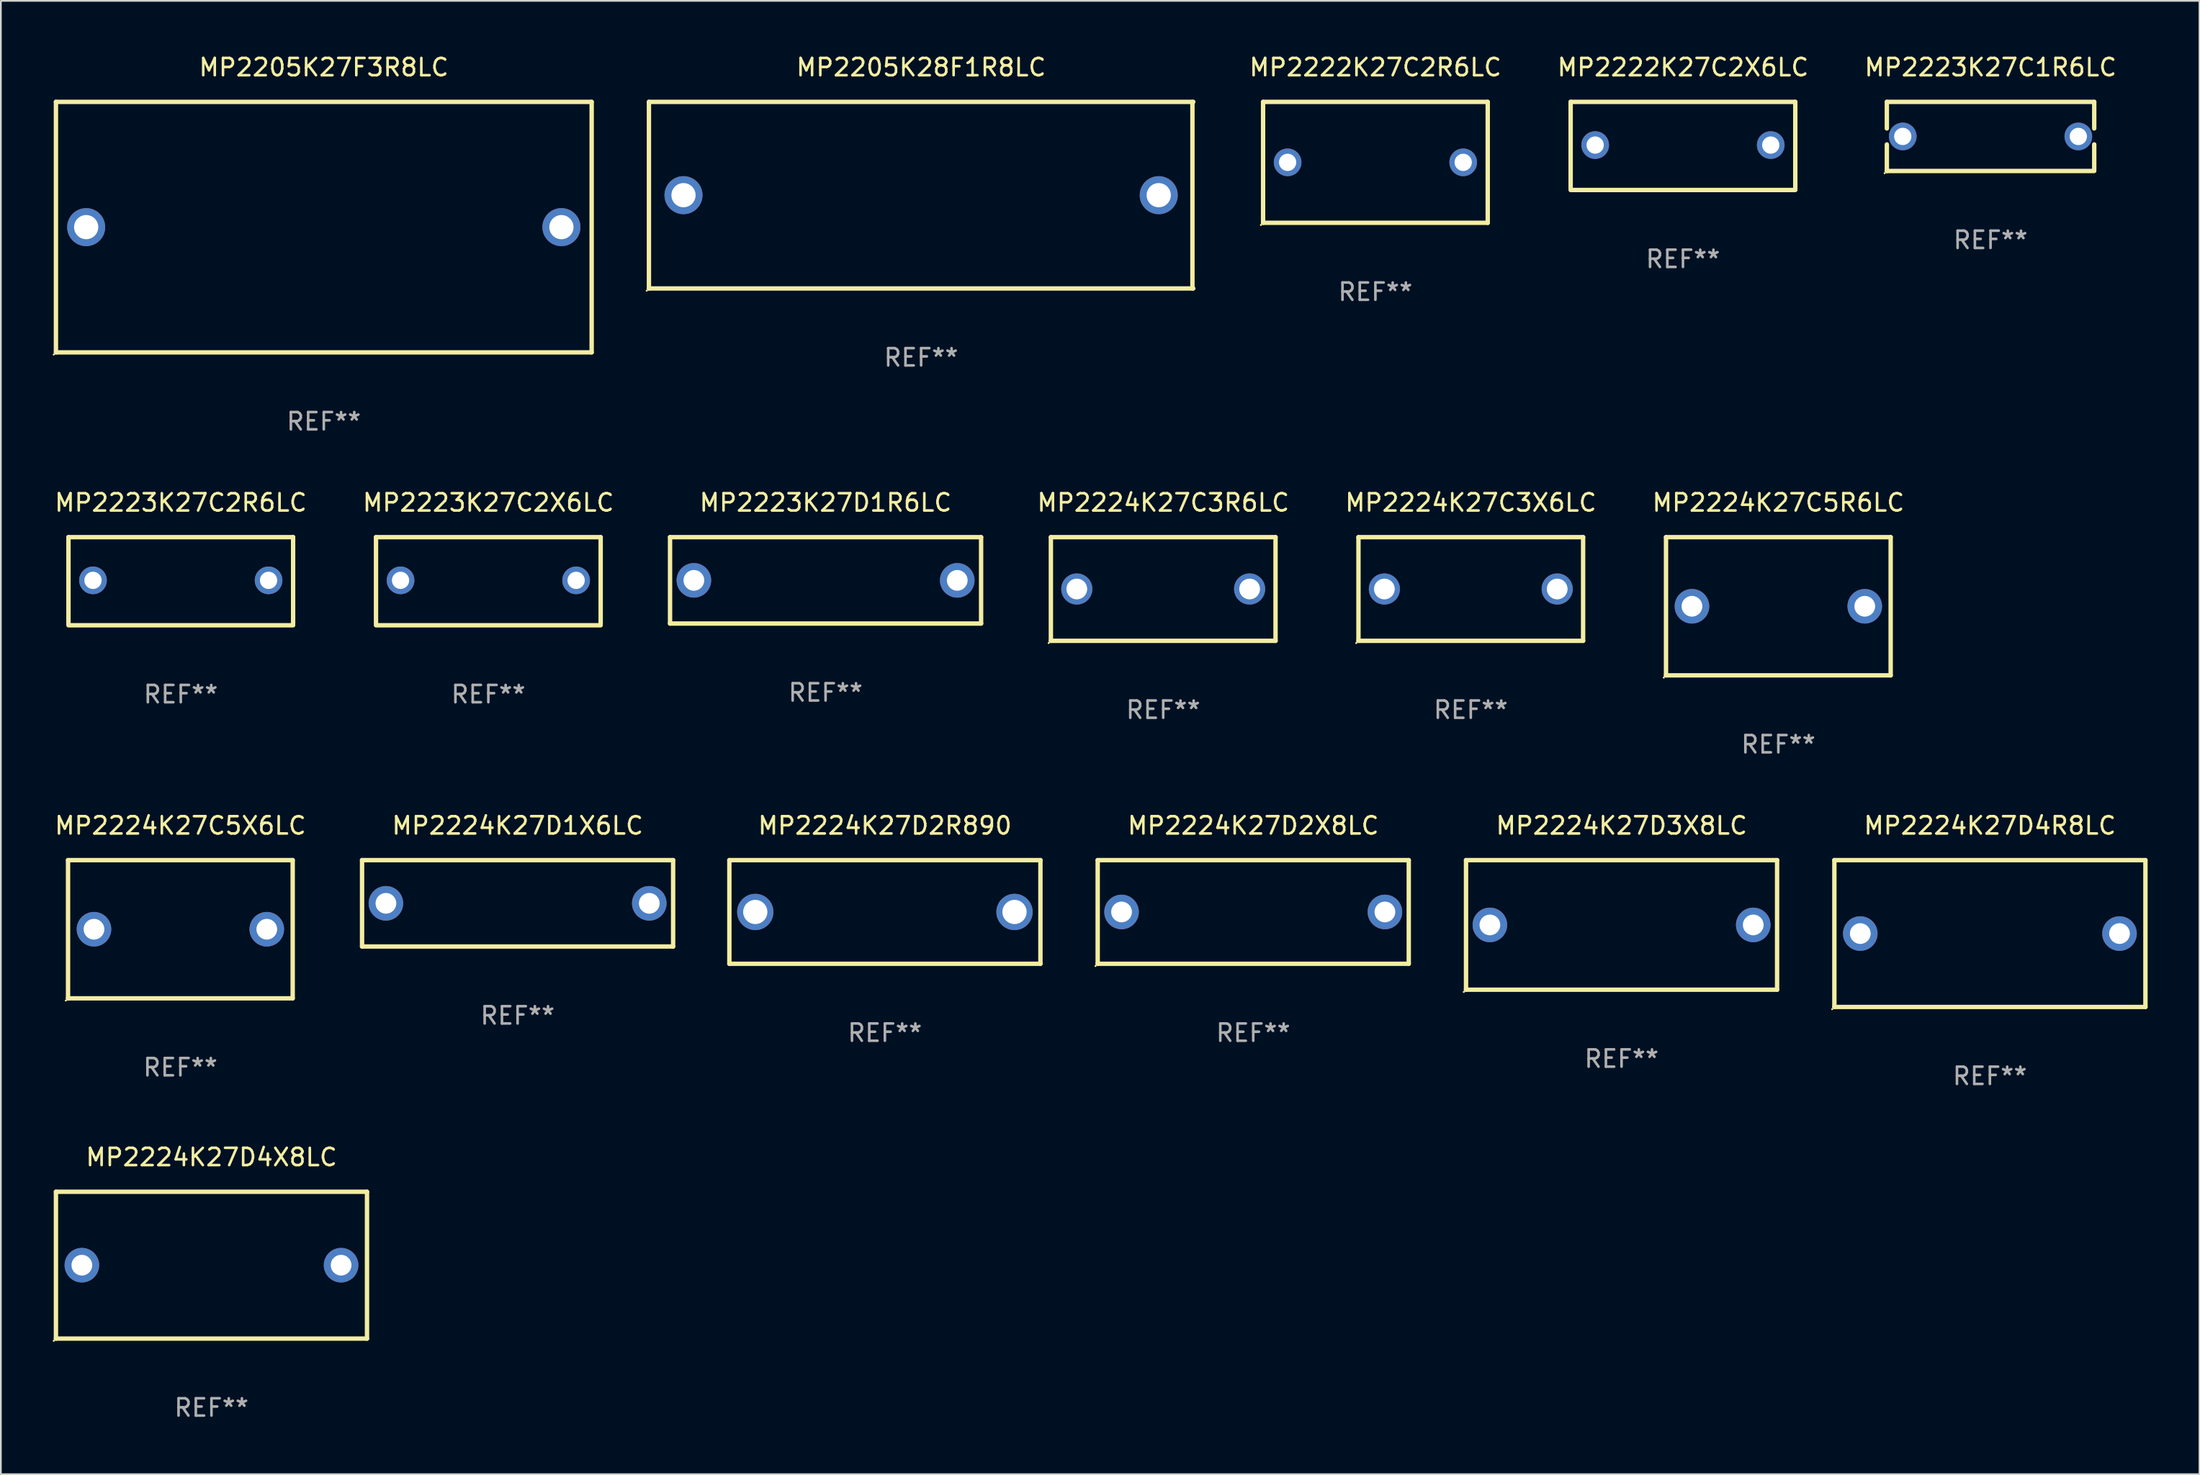
<source format=kicad_pcb>
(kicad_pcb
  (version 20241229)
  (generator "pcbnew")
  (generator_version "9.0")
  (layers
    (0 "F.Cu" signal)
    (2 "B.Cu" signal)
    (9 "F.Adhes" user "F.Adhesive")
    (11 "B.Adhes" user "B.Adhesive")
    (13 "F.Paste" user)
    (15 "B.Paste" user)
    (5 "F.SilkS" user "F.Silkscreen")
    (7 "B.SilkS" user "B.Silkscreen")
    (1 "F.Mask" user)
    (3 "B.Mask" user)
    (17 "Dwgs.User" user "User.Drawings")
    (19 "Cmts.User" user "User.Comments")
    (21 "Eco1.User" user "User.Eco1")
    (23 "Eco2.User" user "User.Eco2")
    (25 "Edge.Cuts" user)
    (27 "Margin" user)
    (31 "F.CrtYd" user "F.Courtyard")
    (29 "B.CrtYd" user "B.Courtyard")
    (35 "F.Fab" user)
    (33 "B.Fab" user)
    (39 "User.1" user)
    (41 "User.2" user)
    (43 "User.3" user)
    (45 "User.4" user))
  (footprint "MP2205K27F3R8LC"
    (layer "F.Cu")
    (at 15.687 10.098)
    (property "Reference" "MP2205K27F3R8LC" (at 0 -9.25 0) (layer "F.SilkS") (effects (font (size 1 1) (thickness 0.15))))
    (attr through_hole)
    (fp_line (start -15.5 -7.25) (end 15.5 -7.25) (stroke (width 0.254) (type solid)) (layer "F.SilkS"))
    (fp_line (start -15.5 7.25) (end -15.5 -7.25) (stroke (width 0.254) (type solid)) (layer "F.SilkS"))
    (fp_line (start 15.5 -7.25) (end 15.5 7.25) (stroke (width 0.254) (type solid)) (layer "F.SilkS"))
    (fp_line (start 15.5 7.25) (end -15.5 7.25) (stroke (width 0.254) (type solid)) (layer "F.SilkS"))
    (fp_circle (center -15.627 7.377) (end -15.597 7.377) (stroke (width 0.06) (type solid)) (fill no) (layer "F.SilkS"))
    (fp_text user "REF**" (at 0 11.25 0) (layer "F.Fab") (effects (font (size 1 1) (thickness 0.15))))
    (pad "1" thru_hole circle (at -13.75 -0.000013) (size 2.2 2.2) (drill 1.4) (layers "*.Cu" "*.Mask"))
    (pad "2" thru_hole circle (at 13.75 -0.000013) (size 2.2 2.2) (drill 1.4) (layers "*.Cu" "*.Mask")))
  (footprint "MP2223K27C2R6LC"
    (layer "F.Cu")
    (at 7.411 30.595)
    (property "Reference" "MP2223K27C2R6LC" (at 0 -4.55 0) (layer "F.SilkS") (effects (font (size 1 1) (thickness 0.15))))
    (attr through_hole)
    (fp_line (start -6.5 -2.55) (end 6.5 -2.55) (stroke (width 0.254) (type solid)) (layer "F.SilkS"))
    (fp_line (start -6.5 2.45) (end -6.5 -2.55) (stroke (width 0.254) (type solid)) (layer "F.SilkS"))
    (fp_line (start 6.5 -2.55) (end 6.5 2.45) (stroke (width 0.254) (type solid)) (layer "F.SilkS"))
    (fp_line (start 6.5 2.55) (end -6.5 2.55) (stroke (width 0.254) (type solid)) (layer "F.SilkS"))
    (fp_circle (center -6.5 2.45) (end -6.47 2.45) (stroke (width 0.06) (type solid)) (fill no) (layer "F.SilkS"))
    (fp_text user "REF**" (at 0 6.55 0) (layer "F.Fab") (effects (font (size 1 1) (thickness 0.15))))
    (pad "1" thru_hole circle (at -5.08 -0.05) (size 1.6 1.6) (drill 1) (layers "*.Cu" "*.Mask"))
    (pad "2" thru_hole circle (at 5.08 -0.05) (size 1.6 1.6) (drill 1) (layers "*.Cu" "*.Mask")))
  (footprint "MP2224K27D3X8LC"
    (layer "F.Cu")
    (at 90.783 50.491)
    (property "Reference" "MP2224K27D3X8LC" (at 0 -5.75 0) (layer "F.SilkS") (effects (font (size 1 1) (thickness 0.15))))
    (attr through_hole)
    (fp_line (start -9 -3.75) (end 9 -3.75) (stroke (width 0.254) (type solid)) (layer "F.SilkS"))
    (fp_line (start -9 3.75) (end -9 -3.75) (stroke (width 0.254) (type solid)) (layer "F.SilkS"))
    (fp_line (start 9 -3.75) (end 9 3.75) (stroke (width 0.254) (type solid)) (layer "F.SilkS"))
    (fp_line (start 9 3.75) (end -9 3.75) (stroke (width 0.254) (type solid)) (layer "F.SilkS"))
    (fp_circle (center -9.127 3.877) (end -9.097 3.877) (stroke (width 0.06) (type solid)) (fill no) (layer "F.SilkS"))
    (fp_text user "REF**" (at 0 7.75 0) (layer "F.Fab") (effects (font (size 1 1) (thickness 0.15))))
    (pad "1" thru_hole circle (at -7.62 0) (size 2 2) (drill 1.2) (layers "*.Cu" "*.Mask"))
    (pad "2" thru_hole circle (at 7.62 0) (size 2 2) (drill 1.2) (layers "*.Cu" "*.Mask")))
  (footprint "MP2223K27D1R6LC"
    (layer "F.Cu")
    (at 44.722 30.545)
    (property "Reference" "MP2223K27D1R6LC" (at 0 -4.5 0) (layer "F.SilkS") (effects (font (size 1 1) (thickness 0.15))))
    (attr through_hole)
    (fp_line (start -9 -2.5) (end 9 -2.5) (stroke (width 0.254) (type solid)) (layer "F.SilkS"))
    (fp_line (start -9 2.5) (end -9 -2.5) (stroke (width 0.254) (type solid)) (layer "F.SilkS"))
    (fp_line (start 9 -2.5) (end 9 2.5) (stroke (width 0.254) (type solid)) (layer "F.SilkS"))
    (fp_line (start 9 2.5) (end -9 2.5) (stroke (width 0.254) (type solid)) (layer "F.SilkS"))
    (fp_circle (center -9 2.5) (end -8.97 2.5) (stroke (width 0.06) (type solid)) (fill no) (layer "F.SilkS"))
    (fp_text user "REF**" (at 0 6.5 0) (layer "F.Fab") (effects (font (size 1 1) (thickness 0.15))))
    (pad "1" thru_hole circle (at -7.62 -0.000127) (size 2 2) (drill 1.2) (layers "*.Cu" "*.Mask"))
    (pad "2" thru_hole circle (at 7.62 -0.000127) (size 2 2) (drill 1.2) (layers "*.Cu" "*.Mask")))
  (footprint "MP2224K27D2R890"
    (layer "F.Cu")
    (at 48.155 49.741)
    (property "Reference" "MP2224K27D2R890" (at 0 -5 0) (layer "F.SilkS") (effects (font (size 1 1) (thickness 0.15))))
    (attr through_hole)
    (fp_line (start -9 -3) (end 9 -3) (stroke (width 0.254) (type solid)) (layer "F.SilkS"))
    (fp_line (start -9 3) (end -9 -3) (stroke (width 0.254) (type solid)) (layer "F.SilkS"))
    (fp_line (start 9 -3) (end 9 3) (stroke (width 0.254) (type solid)) (layer "F.SilkS"))
    (fp_line (start 9 3) (end -9 3) (stroke (width 0.254) (type solid)) (layer "F.SilkS"))
    (fp_circle (center -9 3) (end -8.97 3) (stroke (width 0.06) (type solid)) (fill no) (layer "F.SilkS"))
    (fp_text user "REF**" (at 0 7 0) (layer "F.Fab") (effects (font (size 1 1) (thickness 0.15))))
    (pad "1" thru_hole circle (at -7.5 0) (size 2.1 2.1) (drill 1.4) (layers "*.Cu" "*.Mask"))
    (pad "2" thru_hole circle (at 7.5 0) (size 2.1 2.1) (drill 1.4) (layers "*.Cu" "*.Mask")))
  (footprint "MP2222K27C2X6LC"
    (layer "F.Cu")
    (at 94.336 5.398)
    (property "Reference" "MP2222K27C2X6LC" (at 0 -4.55 0) (layer "F.SilkS") (effects (font (size 1 1) (thickness 0.15))))
    (attr through_hole)
    (fp_line (start -6.5 -2.55) (end 6.5 -2.55) (stroke (width 0.254) (type solid)) (layer "F.SilkS"))
    (fp_line (start -6.5 2.45) (end -6.5 -2.55) (stroke (width 0.254) (type solid)) (layer "F.SilkS"))
    (fp_line (start 6.5 -2.55) (end 6.5 2.45) (stroke (width 0.254) (type solid)) (layer "F.SilkS"))
    (fp_line (start 6.5 2.55) (end -6.5 2.55) (stroke (width 0.254) (type solid)) (layer "F.SilkS"))
    (fp_circle (center -6.5 2.45) (end -6.47 2.45) (stroke (width 0.06) (type solid)) (fill no) (layer "F.SilkS"))
    (fp_text user "REF**" (at 0 6.55 0) (layer "F.Fab") (effects (font (size 1 1) (thickness 0.15))))
    (pad "1" thru_hole circle (at -5.08 -0.05) (size 1.6 1.6) (drill 1) (layers "*.Cu" "*.Mask"))
    (pad "2" thru_hole circle (at 5.08 -0.05) (size 1.6 1.6) (drill 1) (layers "*.Cu" "*.Mask")))
  (footprint "MP2224K27D1X6LC"
    (layer "F.Cu")
    (at 26.901 49.241)
    (property "Reference" "MP2224K27D1X6LC" (at 0 -4.5 0) (layer "F.SilkS") (effects (font (size 1 1) (thickness 0.15))))
    (attr through_hole)
    (fp_line (start -9 -2.5) (end 9 -2.5) (stroke (width 0.254) (type solid)) (layer "F.SilkS"))
    (fp_line (start -9 2.5) (end -9 -2.5) (stroke (width 0.254) (type solid)) (layer "F.SilkS"))
    (fp_line (start 9 -2.5) (end 9 2.5) (stroke (width 0.254) (type solid)) (layer "F.SilkS"))
    (fp_line (start 9 2.5) (end -9 2.5) (stroke (width 0.254) (type solid)) (layer "F.SilkS"))
    (fp_circle (center -9 2.5) (end -8.97 2.5) (stroke (width 0.06) (type solid)) (fill no) (layer "F.SilkS"))
    (fp_text user "REF**" (at 0 6.5 0) (layer "F.Fab") (effects (font (size 1 1) (thickness 0.15))))
    (pad "1" thru_hole circle (at -7.62 -0.000127) (size 2 2) (drill 1.2) (layers "*.Cu" "*.Mask"))
    (pad "2" thru_hole circle (at 7.62 -0.000127) (size 2 2) (drill 1.2) (layers "*.Cu" "*.Mask")))
  (footprint "MP2224K27D4R8LC"
    (layer "F.Cu")
    (at 112.097 50.991)
    (property "Reference" "MP2224K27D4R8LC" (at 0 -6.25 0) (layer "F.SilkS") (effects (font (size 1 1) (thickness 0.15))))
    (attr through_hole)
    (fp_line (start -9 -4.25) (end -9 4.25) (stroke (width 0.254) (type solid)) (layer "F.SilkS"))
    (fp_line (start -9 -4.25) (end 9 -4.25) (stroke (width 0.254) (type solid)) (layer "F.SilkS"))
    (fp_line (start 9 4.25) (end -9 4.25) (stroke (width 0.254) (type solid)) (layer "F.SilkS"))
    (fp_line (start 9 4.25) (end 9 -4.25) (stroke (width 0.254) (type solid)) (layer "F.SilkS"))
    (fp_circle (center -9.127 4.377) (end -9.097 4.377) (stroke (width 0.06) (type solid)) (fill no) (layer "F.SilkS"))
    (fp_text user "REF**" (at 0 8.25 0) (layer "F.Fab") (effects (font (size 1 1) (thickness 0.15))))
    (pad "1" thru_hole circle (at -7.5 0) (size 2 2) (drill 1.2) (layers "*.Cu" "*.Mask"))
    (pad "2" thru_hole circle (at 7.5 0) (size 2 2) (drill 1.2) (layers "*.Cu" "*.Mask")))
  (footprint "MP2224K27D2X8LC"
    (layer "F.Cu")
    (at 69.469 49.741)
    (property "Reference" "MP2224K27D2X8LC" (at 0 -5 0) (layer "F.SilkS") (effects (font (size 1 1) (thickness 0.15))))
    (attr through_hole)
    (fp_line (start -9 -3) (end 9 -3) (stroke (width 0.254) (type solid)) (layer "F.SilkS"))
    (fp_line (start -9 3) (end -9 -3) (stroke (width 0.254) (type solid)) (layer "F.SilkS"))
    (fp_line (start 9 -3) (end 9 3) (stroke (width 0.254) (type solid)) (layer "F.SilkS"))
    (fp_line (start 9 3) (end -9 3) (stroke (width 0.254) (type solid)) (layer "F.SilkS"))
    (fp_circle (center -9.127 3.127) (end -9.097 3.127) (stroke (width 0.06) (type solid)) (fill no) (layer "F.SilkS"))
    (fp_text user "REF**" (at 0 7 0) (layer "F.Fab") (effects (font (size 1 1) (thickness 0.15))))
    (pad "1" thru_hole circle (at -7.62 0) (size 2 2) (drill 1.2) (layers "*.Cu" "*.Mask"))
    (pad "2" thru_hole circle (at 7.62 0) (size 2 2) (drill 1.2) (layers "*.Cu" "*.Mask")))
  (footprint "MP2222K27C2R6LC"
    (layer "F.Cu")
    (at 76.539 6.348)
    (property "Reference" "MP2222K27C2R6LC" (at 0 -5.5 0) (layer "F.SilkS") (effects (font (size 1 1) (thickness 0.15))))
    (attr through_hole)
    (fp_line (start -6.5 -3.5) (end 6.5 -3.5) (stroke (width 0.254) (type solid)) (layer "F.SilkS"))
    (fp_line (start -6.5 3.5) (end -6.5 -3.5) (stroke (width 0.254) (type solid)) (layer "F.SilkS"))
    (fp_line (start 6.5 -3.5) (end 6.5 3.5) (stroke (width 0.254) (type solid)) (layer "F.SilkS"))
    (fp_line (start 6.5 3.5) (end -6.5 3.5) (stroke (width 0.254) (type solid)) (layer "F.SilkS"))
    (fp_circle (center -6.627 3.627) (end -6.597 3.627) (stroke (width 0.06) (type solid)) (fill no) (layer "F.SilkS"))
    (fp_text user "REF**" (at 0 7.5 0) (layer "F.Fab") (effects (font (size 1 1) (thickness 0.15))))
    (pad "1" thru_hole circle (at -5.08 -0.000127) (size 1.6 1.6) (drill 1) (layers "*.Cu" "*.Mask"))
    (pad "2" thru_hole circle (at 5.08 -0.000127) (size 1.6 1.6) (drill 1) (layers "*.Cu" "*.Mask")))
  (footprint "MP2224K27C5R6LC"
    (layer "F.Cu")
    (at 99.855 32.045)
    (property "Reference" "MP2224K27C5R6LC" (at 0 -6 0) (layer "F.SilkS") (effects (font (size 1 1) (thickness 0.15))))
    (attr through_hole)
    (fp_line (start -6.5 -4) (end -6.5 4) (stroke (width 0.254) (type solid)) (layer "F.SilkS"))
    (fp_line (start -6.5 -4) (end 6.5 -4) (stroke (width 0.254) (type solid)) (layer "F.SilkS"))
    (fp_line (start 6.5 4) (end -6.5 4) (stroke (width 0.254) (type solid)) (layer "F.SilkS"))
    (fp_line (start 6.5 4) (end 6.5 -4) (stroke (width 0.254) (type solid)) (layer "F.SilkS"))
    (fp_circle (center -6.627 4.127) (end -6.597 4.127) (stroke (width 0.06) (type solid)) (fill no) (layer "F.SilkS"))
    (fp_text user "REF**" (at 0 8 0) (layer "F.Fab") (effects (font (size 1 1) (thickness 0.15))))
    (pad "1" thru_hole circle (at -4.999 0) (size 2 2) (drill 1.2) (layers "*.Cu" "*.Mask"))
    (pad "2" thru_hole circle (at 5.001 0) (size 2 2) (drill 1.2) (layers "*.Cu" "*.Mask")))
  (footprint "MP2224K27D4X8LC"
    (layer "F.Cu")
    (at 9.187 70.188)
    (property "Reference" "MP2224K27D4X8LC" (at 0 -6.25 0) (layer "F.SilkS") (effects (font (size 1 1) (thickness 0.15))))
    (attr through_hole)
    (fp_line (start -9 -4.25) (end -9 4.25) (stroke (width 0.254) (type solid)) (layer "F.SilkS"))
    (fp_line (start -9 -4.25) (end 9 -4.25) (stroke (width 0.254) (type solid)) (layer "F.SilkS"))
    (fp_line (start 9 4.25) (end -9 4.25) (stroke (width 0.254) (type solid)) (layer "F.SilkS"))
    (fp_line (start 9 4.25) (end 9 -4.25) (stroke (width 0.254) (type solid)) (layer "F.SilkS"))
    (fp_circle (center -9.127 4.377) (end -9.097 4.377) (stroke (width 0.06) (type solid)) (fill no) (layer "F.SilkS"))
    (fp_text user "REF**" (at 0 8.25 0) (layer "F.Fab") (effects (font (size 1 1) (thickness 0.15))))
    (pad "1" thru_hole circle (at -7.5 0) (size 2 2) (drill 1.2) (layers "*.Cu" "*.Mask"))
    (pad "2" thru_hole circle (at 7.5 0) (size 2 2) (drill 1.2) (layers "*.Cu" "*.Mask")))
  (footprint "MP2224K27C3R6LC"
    (layer "F.Cu")
    (at 64.26 31.045)
    (property "Reference" "MP2224K27C3R6LC" (at 0 -5 0) (layer "F.SilkS") (effects (font (size 1 1) (thickness 0.15))))
    (attr through_hole)
    (fp_line (start -6.5 -3) (end 6.5 -3) (stroke (width 0.254) (type solid)) (layer "F.SilkS"))
    (fp_line (start -6.5 3) (end -6.5 -3) (stroke (width 0.254) (type solid)) (layer "F.SilkS"))
    (fp_line (start -6.5 3) (end 6.5 3) (stroke (width 0.254) (type solid)) (layer "F.SilkS"))
    (fp_line (start 6.5 -3) (end 6.5 3) (stroke (width 0.254) (type solid)) (layer "F.SilkS"))
    (fp_circle (center -6.627 3.127) (end -6.597 3.127) (stroke (width 0.06) (type solid)) (fill no) (layer "F.SilkS"))
    (fp_text user "REF**" (at 0 7 0) (layer "F.Fab") (effects (font (size 1 1) (thickness 0.15))))
    (pad "1" thru_hole circle (at -5 0) (size 1.8 1.8) (drill 1.2) (layers "*.Cu" "*.Mask"))
    (pad "2" thru_hole circle (at 5 0) (size 1.8 1.8) (drill 1.2) (layers "*.Cu" "*.Mask")))
  (footprint "MP2224K27C5X6LC"
    (layer "F.Cu")
    (at 7.387 50.741)
    (property "Reference" "MP2224K27C5X6LC" (at 0 -6 0) (layer "F.SilkS") (effects (font (size 1 1) (thickness 0.15))))
    (attr through_hole)
    (fp_line (start -6.5 -4) (end -6.5 4) (stroke (width 0.254) (type solid)) (layer "F.SilkS"))
    (fp_line (start -6.5 -4) (end 6.5 -4) (stroke (width 0.254) (type solid)) (layer "F.SilkS"))
    (fp_line (start 6.5 4) (end -6.5 4) (stroke (width 0.254) (type solid)) (layer "F.SilkS"))
    (fp_line (start 6.5 4) (end 6.5 -4) (stroke (width 0.254) (type solid)) (layer "F.SilkS"))
    (fp_circle (center -6.627 4.127) (end -6.597 4.127) (stroke (width 0.06) (type solid)) (fill no) (layer "F.SilkS"))
    (fp_text user "REF**" (at 0 8 0) (layer "F.Fab") (effects (font (size 1 1) (thickness 0.15))))
    (pad "1" thru_hole circle (at -4.999 0) (size 2 2) (drill 1.2) (layers "*.Cu" "*.Mask"))
    (pad "2" thru_hole circle (at 5.001 0) (size 2 2) (drill 1.2) (layers "*.Cu" "*.Mask")))
  (footprint "MP2205K28F1R8LC"
    (layer "F.Cu")
    (at 50.251 8.248)
    (property "Reference" "MP2205K28F1R8LC" (at 0 -7.4 0) (layer "F.SilkS") (effects (font (size 1 1) (thickness 0.15))))
    (attr through_hole)
    (fp_line (start -15.75 -5.4) (end 15.75 -5.4) (stroke (width 0.254) (type solid)) (layer "F.SilkS"))
    (fp_line (start -15.75 5.4) (end -15.75 -5.4) (stroke (width 0.254) (type solid)) (layer "F.SilkS"))
    (fp_line (start 15.7 -5.4) (end 15.7 5.4) (stroke (width 0.254) (type solid)) (layer "F.SilkS"))
    (fp_line (start 15.75 5.4) (end -15.75 5.4) (stroke (width 0.254) (type solid)) (layer "F.SilkS"))
    (fp_circle (center -15.877 5.527) (end -15.847 5.527) (stroke (width 0.06) (type solid)) (fill no) (layer "F.SilkS"))
    (fp_text user "REF**" (at 0 9.4 0) (layer "F.Fab") (effects (font (size 1 1) (thickness 0.15))))
    (pad "1" thru_hole circle (at -13.75 0) (size 2.2 2.2) (drill 1.4) (layers "*.Cu" "*.Mask"))
    (pad "2" thru_hole circle (at 13.75 0) (size 2.2 2.2) (drill 1.4) (layers "*.Cu" "*.Mask")))
  (footprint "MP2224K27C3X6LC"
    (layer "F.Cu")
    (at 82.058 31.045)
    (property "Reference" "MP2224K27C3X6LC" (at 0 -5 0) (layer "F.SilkS") (effects (font (size 1 1) (thickness 0.15))))
    (attr through_hole)
    (fp_line (start -6.5 -3) (end 6.5 -3) (stroke (width 0.254) (type solid)) (layer "F.SilkS"))
    (fp_line (start -6.5 3) (end -6.5 -3) (stroke (width 0.254) (type solid)) (layer "F.SilkS"))
    (fp_line (start -6.5 3) (end 6.5 3) (stroke (width 0.254) (type solid)) (layer "F.SilkS"))
    (fp_line (start 6.5 -3) (end 6.5 3) (stroke (width 0.254) (type solid)) (layer "F.SilkS"))
    (fp_circle (center -6.627 3.127) (end -6.597 3.127) (stroke (width 0.06) (type solid)) (fill no) (layer "F.SilkS"))
    (fp_text user "REF**" (at 0 7 0) (layer "F.Fab") (effects (font (size 1 1) (thickness 0.15))))
    (pad "1" thru_hole circle (at -5 0) (size 1.8 1.8) (drill 1.2) (layers "*.Cu" "*.Mask"))
    (pad "2" thru_hole circle (at 5 0) (size 1.8 1.8) (drill 1.2) (layers "*.Cu" "*.Mask")))
  (footprint "MP2223K27C1R6LC"
    (layer "F.Cu")
    (at 112.134 4.848)
    (property "Reference" "MP2223K27C1R6LC" (at 0 -4 0) (layer "F.SilkS") (effects (font (size 1 1) (thickness 0.15))))
    (attr through_hole)
    (fp_line (start -6 -2) (end 6 -2) (stroke (width 0.254) (type solid)) (layer "F.SilkS"))
    (fp_line (start -6 -0.463) (end -6 -2) (stroke (width 0.254) (type solid)) (layer "F.SilkS"))
    (fp_line (start -6 2) (end -6 0.463) (stroke (width 0.254) (type solid)) (layer "F.SilkS"))
    (fp_line (start 6 -2) (end 6 -0.463) (stroke (width 0.254) (type solid)) (layer "F.SilkS"))
    (fp_line (start 6 0.463) (end 6 1.905) (stroke (width 0.254) (type solid)) (layer "F.SilkS"))
    (fp_line (start 6 2) (end -6 2) (stroke (width 0.254) (type solid)) (layer "F.SilkS"))
    (fp_circle (center -6.127 2.127) (end -6.097 2.127) (stroke (width 0.06) (type solid)) (fill no) (layer "F.SilkS"))
    (fp_text user "REF**" (at 0 6 0) (layer "F.Fab") (effects (font (size 1 1) (thickness 0.15))))
    (pad "1" thru_hole circle (at -5.08 0) (size 1.6 1.6) (drill 1) (layers "*.Cu" "*.Mask"))
    (pad "2" thru_hole circle (at 5.08 0) (size 1.6 1.6) (drill 1) (layers "*.Cu" "*.Mask")))
  (footprint "MP2223K27C2X6LC"
    (layer "F.Cu")
    (at 25.208 30.595)
    (property "Reference" "MP2223K27C2X6LC" (at 0 -4.55 0) (layer "F.SilkS") (effects (font (size 1 1) (thickness 0.15))))
    (attr through_hole)
    (fp_line (start -6.5 -2.55) (end 6.5 -2.55) (stroke (width 0.254) (type solid)) (layer "F.SilkS"))
    (fp_line (start -6.5 2.45) (end -6.5 -2.55) (stroke (width 0.254) (type solid)) (layer "F.SilkS"))
    (fp_line (start 6.5 -2.55) (end 6.5 2.45) (stroke (width 0.254) (type solid)) (layer "F.SilkS"))
    (fp_line (start 6.5 2.55) (end -6.5 2.55) (stroke (width 0.254) (type solid)) (layer "F.SilkS"))
    (fp_circle (center -6.5 2.45) (end -6.47 2.45) (stroke (width 0.06) (type solid)) (fill no) (layer "F.SilkS"))
    (fp_text user "REF**" (at 0 6.55 0) (layer "F.Fab") (effects (font (size 1 1) (thickness 0.15))))
    (pad "1" thru_hole circle (at -5.08 -0.05) (size 1.6 1.6) (drill 1) (layers "*.Cu" "*.Mask"))
    (pad "2" thru_hole circle (at 5.08 -0.05) (size 1.6 1.6) (drill 1) (layers "*.Cu" "*.Mask")))
  (gr_rect
    (start -3 -3)
    (end 124.224 82.286)
    (stroke (width 0.1) (type default))
    (fill no)
    (layer "Edge.Cuts")))
</source>
